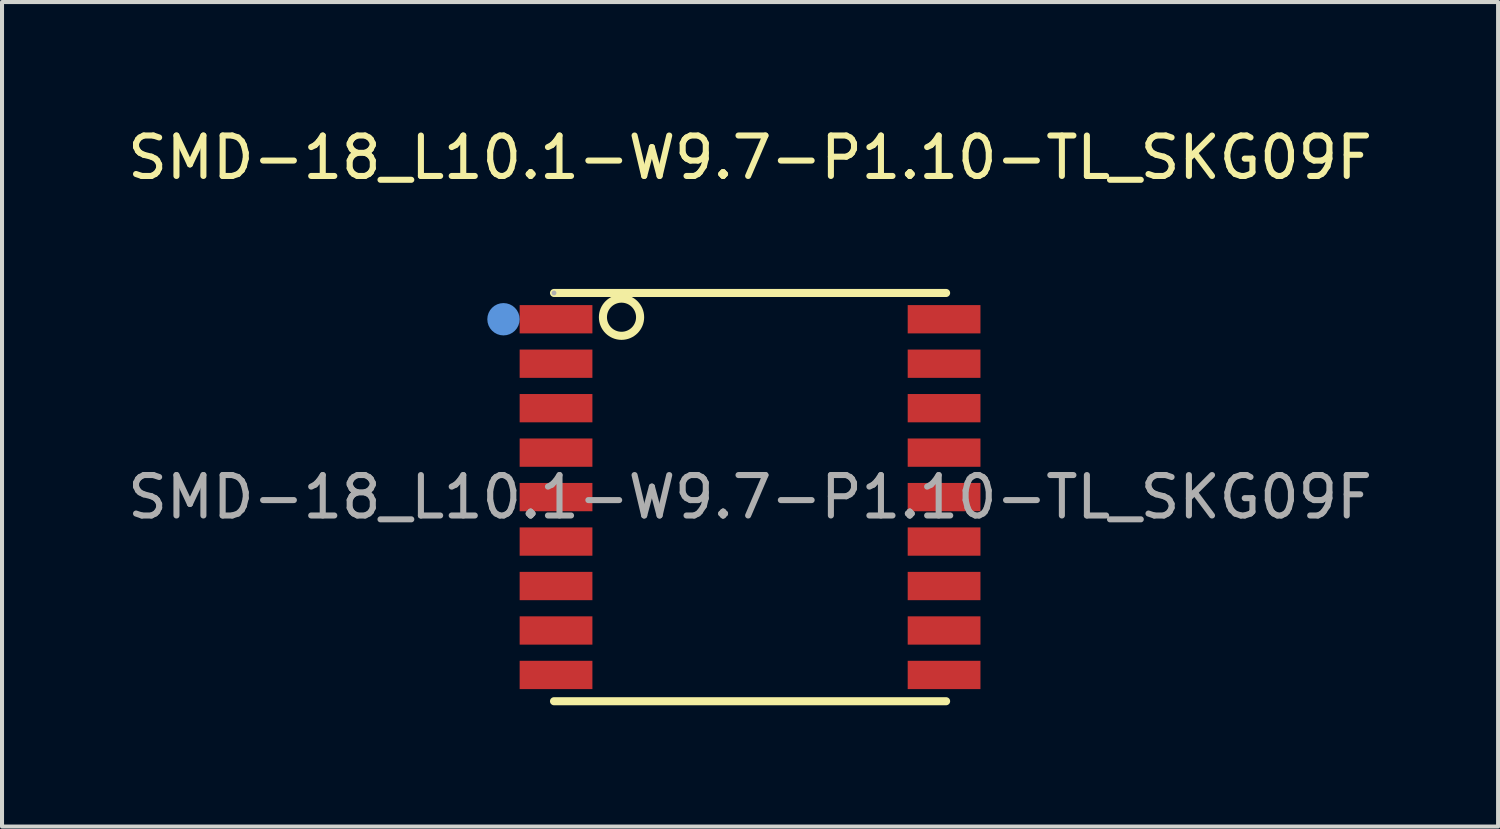
<source format=kicad_pcb>
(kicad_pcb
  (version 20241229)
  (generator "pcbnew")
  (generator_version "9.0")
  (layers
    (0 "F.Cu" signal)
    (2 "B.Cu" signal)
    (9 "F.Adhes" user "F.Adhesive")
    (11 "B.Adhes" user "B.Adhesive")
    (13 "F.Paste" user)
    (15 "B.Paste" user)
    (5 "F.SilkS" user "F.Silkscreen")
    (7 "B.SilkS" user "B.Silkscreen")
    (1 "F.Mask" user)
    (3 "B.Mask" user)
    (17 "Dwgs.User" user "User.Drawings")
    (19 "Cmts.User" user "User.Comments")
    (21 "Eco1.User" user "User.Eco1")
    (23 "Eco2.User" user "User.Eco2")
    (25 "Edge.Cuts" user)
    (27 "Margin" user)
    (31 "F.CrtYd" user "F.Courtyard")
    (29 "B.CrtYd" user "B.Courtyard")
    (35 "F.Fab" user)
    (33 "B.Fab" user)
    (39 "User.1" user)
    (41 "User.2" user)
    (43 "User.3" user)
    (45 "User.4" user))
  (footprint "SMD-18_L10.1-W9.7-P1.10-TL_SKG09F"
    (layer "F.Cu")
    (at 15.506 9.248)
    (property "Reference" "SMD-18_L10.1-W9.7-P1.10-TL_SKG09F" (at 0 -8.4 0) (layer "F.SilkS") (effects (font (size 1 1) (thickness 0.15))))
    (attr smd)
    (fp_line (start -4.85 -5.05) (end 4.85 -5.05) (stroke (width 0.2) (type solid)) (layer "F.SilkS"))
    (fp_line (start -4.85 5.05) (end 4.85 5.05) (stroke (width 0.2) (type solid)) (layer "F.SilkS"))
    (fp_circle (center -3.18 -4.45) (end -2.72 -4.45) (stroke (width 0.2) (type solid)) (fill no) (layer "F.SilkS"))
    (fp_circle (center -6.1 -4.4) (end -5.9 -4.4) (stroke (width 0.4) (type solid)) (fill no) (layer "Cmts.User"))
    (fp_circle (center -4.85 -5.05) (end -4.82 -5.05) (stroke (width 0.06) (type solid)) (fill no) (layer "F.Fab"))
    (fp_text user "${REFERENCE}" (at 0 0 0) (layer "F.Fab") (effects (font (size 1 1) (thickness 0.15))))
    (pad "1" smd rect (at -4.8 -4.4) (size 1.8 0.7) (layers "F.Cu" "F.Mask" "F.Paste"))
    (pad "2" smd rect (at -4.8 -3.3) (size 1.8 0.7) (layers "F.Cu" "F.Mask" "F.Paste"))
    (pad "3" smd rect (at -4.8 -2.2) (size 1.8 0.7) (layers "F.Cu" "F.Mask" "F.Paste"))
    (pad "4" smd rect (at -4.8 -1.1) (size 1.8 0.7) (layers "F.Cu" "F.Mask" "F.Paste"))
    (pad "5" smd rect (at -4.8 0) (size 1.8 0.7) (layers "F.Cu" "F.Mask" "F.Paste"))
    (pad "6" smd rect (at -4.8 1.1) (size 1.8 0.7) (layers "F.Cu" "F.Mask" "F.Paste"))
    (pad "7" smd rect (at -4.8 2.2) (size 1.8 0.7) (layers "F.Cu" "F.Mask" "F.Paste"))
    (pad "8" smd rect (at -4.8 3.3) (size 1.8 0.7) (layers "F.Cu" "F.Mask" "F.Paste"))
    (pad "9" smd rect (at -4.8 4.4) (size 1.8 0.7) (layers "F.Cu" "F.Mask" "F.Paste"))
    (pad "10" smd rect (at 4.8 4.4) (size 1.8 0.7) (layers "F.Cu" "F.Mask" "F.Paste"))
    (pad "11" smd rect (at 4.8 3.3) (size 1.8 0.7) (layers "F.Cu" "F.Mask" "F.Paste"))
    (pad "12" smd rect (at 4.8 2.2) (size 1.8 0.7) (layers "F.Cu" "F.Mask" "F.Paste"))
    (pad "13" smd rect (at 4.8 1.1) (size 1.8 0.7) (layers "F.Cu" "F.Mask" "F.Paste"))
    (pad "14" smd rect (at 4.8 0) (size 1.8 0.7) (layers "F.Cu" "F.Mask" "F.Paste"))
    (pad "15" smd rect (at 4.8 -1.1) (size 1.8 0.7) (layers "F.Cu" "F.Mask" "F.Paste"))
    (pad "16" smd rect (at 4.8 -2.2) (size 1.8 0.7) (layers "F.Cu" "F.Mask" "F.Paste"))
    (pad "17" smd rect (at 4.8 -3.3) (size 1.8 0.7) (layers "F.Cu" "F.Mask" "F.Paste"))
    (pad "18" smd rect (at 4.8 -4.4) (size 1.8 0.7) (layers "F.Cu" "F.Mask" "F.Paste")))
  (gr_rect
    (start -3 -3)
    (end 34.012 17.398)
    (stroke (width 0.1) (type default))
    (fill no)
    (layer "Edge.Cuts")))
</source>
